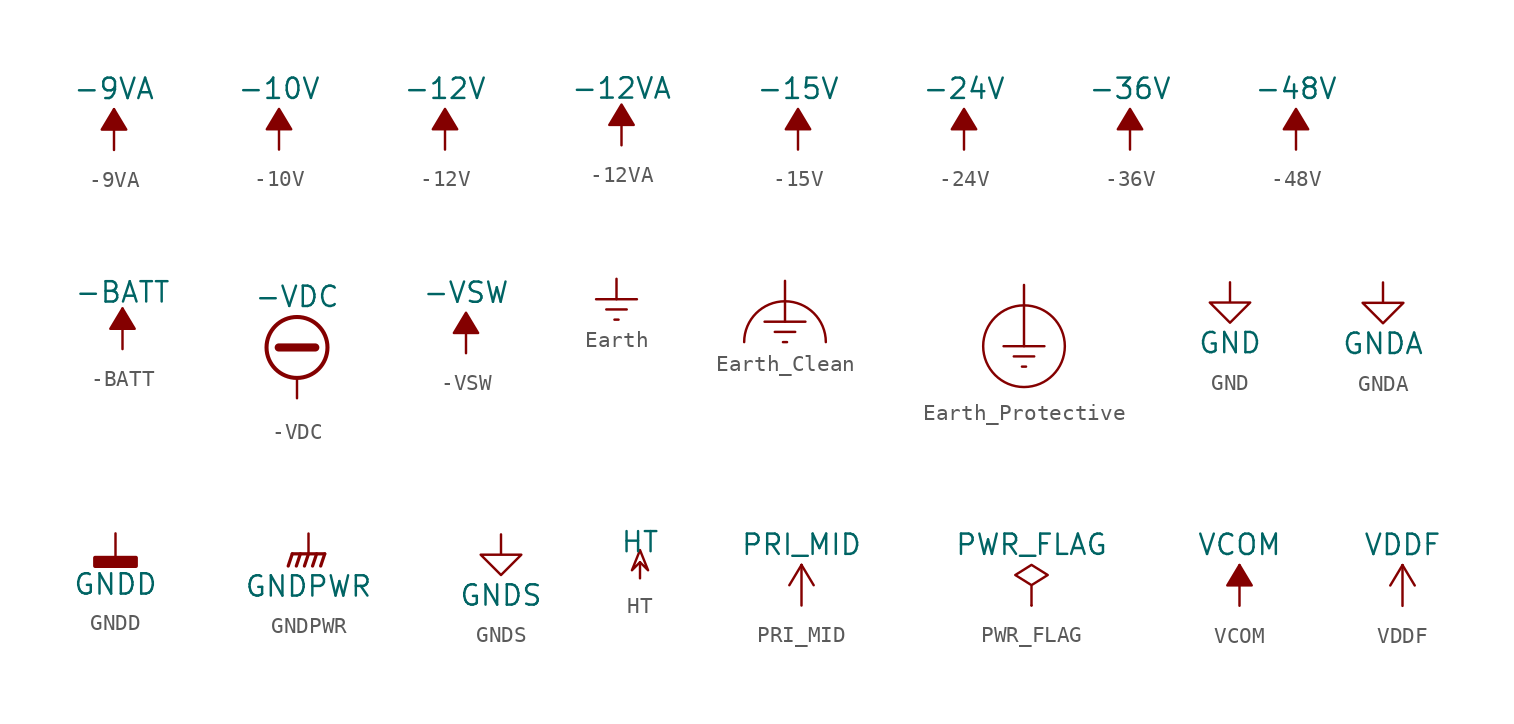
<source format=kicad_sym>
(kicad_symbol_lib
  (version 20211014)
  (generator kicad_symbol_editor)
  (symbol "power1:-9VA"
    (power)
    (pin_names
      (offset 0))
    (property "Reference" "#PWR"
      (at 0 -3.175 0)
      (effects (font (size 1.27 1.27)) hide))
    (property "Value" "-9VA"
      (at 0 3.81 0)
      (effects (font (size 1.27 1.27))))
    (symbol "-9VA_0_1"
      (polyline (pts (xy 0 0) (xy 0 2.54)) (stroke (width 0) (type default) (color 0 0 0 0)) (fill (type none)))
      (polyline (pts (xy 0.762 1.27) (xy -0.762 1.27) (xy 0 2.54) (xy 0.762 1.27)) (stroke (width 0) (type default) (color 0 0 0 0)) (fill (type outline))))
    (symbol "-9VA_1_1"
      (pin power_in line (at 0 0 90) (length 0) hide (name "-9VA" (effects (font (size 1.27 1.27)))) (number "1" (effects (font (size 1.27 1.27)))))))
  (symbol "power1:-10V"
    (power)
    (pin_names
      (offset 0))
    (property "Reference" "#PWR"
      (at 0 2.54 0)
      (effects (font (size 1.27 1.27)) hide))
    (property "Value" "-10V"
      (at 0 3.81 0)
      (effects (font (size 1.27 1.27))))
    (symbol "-10V_0_0"
      (pin power_in line (at 0 0 90) (length 0) hide (name "-10V" (effects (font (size 1.27 1.27)))) (number "1" (effects (font (size 1.27 1.27))))))
    (symbol "-10V_0_1"
      (polyline (pts (xy 0 0) (xy 0 1.27) (xy 0.762 1.27) (xy 0 2.54) (xy -0.762 1.27) (xy 0 1.27)) (stroke (width 0) (type default) (color 0 0 0 0)) (fill (type outline)))))
  (symbol "power1:-12V"
    (power)
    (pin_names
      (offset 0))
    (property "Reference" "#PWR"
      (at 0 2.54 0)
      (effects (font (size 1.27 1.27)) hide))
    (property "Value" "-12V"
      (at 0 3.81 0)
      (effects (font (size 1.27 1.27))))
    (symbol "-12V_0_0"
      (pin power_in line (at 0 0 90) (length 0) hide (name "-12V" (effects (font (size 1.27 1.27)))) (number "1" (effects (font (size 1.27 1.27))))))
    (symbol "-12V_0_1"
      (polyline (pts (xy 0 0) (xy 0 1.27) (xy 0.762 1.27) (xy 0 2.54) (xy -0.762 1.27) (xy 0 1.27)) (stroke (width 0) (type default) (color 0 0 0 0)) (fill (type outline)))))
  (symbol "power1:-12VA"
    (power)
    (pin_names
      (offset 0))
    (property "Reference" "#PWR"
      (at 0 -3.81 0)
      (effects (font (size 1.27 1.27)) hide))
    (property "Value" "-12VA"
      (at 0 3.556 0)
      (effects (font (size 1.27 1.27))))
    (symbol "-12VA_0_0"
      (pin power_in line (at 0 0 90) (length 0) hide (name "-12VA" (effects (font (size 1.27 1.27)))) (number "1" (effects (font (size 1.27 1.27))))))
    (symbol "-12VA_0_1"
      (polyline (pts (xy 0 0) (xy 0 1.27) (xy 0.762 1.27) (xy 0 2.54) (xy -0.762 1.27) (xy 0 1.27)) (stroke (width 0) (type default) (color 0 0 0 0)) (fill (type outline)))))
  (symbol "power1:-15V"
    (power)
    (pin_names
      (offset 0))
    (property "Reference" "#PWR"
      (at 0 2.54 0)
      (effects (font (size 1.27 1.27)) hide))
    (property "Value" "-15V"
      (at 0 3.81 0)
      (effects (font (size 1.27 1.27))))
    (symbol "-15V_0_0"
      (pin power_in line (at 0 0 90) (length 0) hide (name "-15V" (effects (font (size 1.27 1.27)))) (number "1" (effects (font (size 1.27 1.27))))))
    (symbol "-15V_0_1"
      (polyline (pts (xy 0 0) (xy 0 1.27) (xy 0.762 1.27) (xy 0 2.54) (xy -0.762 1.27) (xy 0 1.27)) (stroke (width 0) (type default) (color 0 0 0 0)) (fill (type outline)))))
  (symbol "power1:-24V"
    (power)
    (pin_names
      (offset 0))
    (property "Reference" "#PWR"
      (at 0 2.54 0)
      (effects (font (size 1.27 1.27)) hide))
    (property "Value" "-24V"
      (at 0 3.81 0)
      (effects (font (size 1.27 1.27))))
    (symbol "-24V_0_0"
      (pin power_in line (at 0 0 90) (length 0) hide (name "-24V" (effects (font (size 1.27 1.27)))) (number "1" (effects (font (size 1.27 1.27))))))
    (symbol "-24V_0_1"
      (polyline (pts (xy 0 0) (xy 0 1.27) (xy 0.762 1.27) (xy 0 2.54) (xy -0.762 1.27) (xy 0 1.27)) (stroke (width 0) (type default) (color 0 0 0 0)) (fill (type outline)))))
  (symbol "power1:-36V"
    (power)
    (pin_names
      (offset 0))
    (property "Reference" "#PWR"
      (at 0 2.54 0)
      (effects (font (size 1.27 1.27)) hide))
    (property "Value" "-36V"
      (at 0 3.81 0)
      (effects (font (size 1.27 1.27))))
    (symbol "-36V_0_0"
      (pin power_in line (at 0 0 90) (length 0) hide (name "-36V" (effects (font (size 1.27 1.27)))) (number "1" (effects (font (size 1.27 1.27))))))
    (symbol "-36V_0_1"
      (polyline (pts (xy 0 0) (xy 0 1.27) (xy 0.762 1.27) (xy 0 2.54) (xy -0.762 1.27) (xy 0 1.27)) (stroke (width 0) (type default) (color 0 0 0 0)) (fill (type outline)))))
  (symbol "power1:-48V"
    (power)
    (pin_names
      (offset 0))
    (property "Reference" "#PWR"
      (at 0 2.54 0)
      (effects (font (size 1.27 1.27)) hide))
    (property "Value" "-48V"
      (at 0 3.81 0)
      (effects (font (size 1.27 1.27))))
    (symbol "-48V_0_0"
      (pin power_in line (at 0 0 90) (length 0) hide (name "-48V" (effects (font (size 1.27 1.27)))) (number "1" (effects (font (size 1.27 1.27))))))
    (symbol "-48V_0_1"
      (polyline (pts (xy 0 0) (xy 0 1.27) (xy 0.762 1.27) (xy 0 2.54) (xy -0.762 1.27) (xy 0 1.27)) (stroke (width 0) (type default) (color 0 0 0 0)) (fill (type outline)))))
  (symbol "power1:-BATT"
    (power)
    (pin_names
      (offset 0))
    (property "Reference" "#PWR"
      (at 0 -3.81 0)
      (effects (font (size 1.27 1.27)) hide))
    (property "Value" "-BATT"
      (at 0 3.556 0)
      (effects (font (size 1.27 1.27))))
    (symbol "-BATT_0_1"
      (polyline (pts (xy 0 0) (xy 0 2.54)) (stroke (width 0) (type default) (color 0 0 0 0)) (fill (type none)))
      (polyline (pts (xy 0.762 1.27) (xy -0.762 1.27) (xy 0 2.54) (xy 0.762 1.27)) (stroke (width 0) (type default) (color 0 0 0 0)) (fill (type outline))))
    (symbol "-BATT_1_1"
      (pin power_in line (at 0 0 90) (length 0) hide (name "-BATT" (effects (font (size 1.27 1.27)))) (number "1" (effects (font (size 1.27 1.27)))))))
  (symbol "power1:-VDC"
    (power)
    (pin_names
      (offset 0))
    (property "Reference" "#PWR"
      (at 0 -2.54 0)
      (effects (font (size 1.27 1.27)) hide))
    (property "Value" "-VDC"
      (at 0 6.35 0)
      (effects (font (size 1.27 1.27))))
    (symbol "-VDC_0_1"
      (polyline (pts (xy -1.143 3.175) (xy 1.143 3.175)) (stroke (width 0.508) (type default) (color 0 0 0 0)) (fill (type none)))
      (polyline (pts (xy 0 0) (xy 0 1.27)) (stroke (width 0) (type default) (color 0 0 0 0)) (fill (type none)))
      (circle (center 0 3.175) (radius 1.905) (stroke (width 0.254) (type default) (color 0 0 0 0)) (fill (type none))))
    (symbol "-VDC_1_1"
      (pin power_in line (at 0 0 90) (length 0) hide (name "-VDC" (effects (font (size 1.27 1.27)))) (number "1" (effects (font (size 1.27 1.27)))))))
  (symbol "power1:-VSW"
    (power)
    (pin_names
      (offset 0))
    (property "Reference" "#PWR"
      (at 0 2.54 0)
      (effects (font (size 1.27 1.27)) hide))
    (property "Value" "-VSW"
      (at 0 3.81 0)
      (effects (font (size 1.27 1.27))))
    (symbol "-VSW_0_0"
      (pin power_in line (at 0 0 90) (length 0) hide (name "-VSW" (effects (font (size 1.27 1.27)))) (number "1" (effects (font (size 1.27 1.27))))))
    (symbol "-VSW_0_1"
      (polyline (pts (xy 0 0) (xy 0 1.27) (xy 0.762 1.27) (xy 0 2.54) (xy -0.762 1.27) (xy 0 1.27)) (stroke (width 0) (type default) (color 0 0 0 0)) (fill (type outline)))))
  (symbol "power1:Earth"
    (power)
    (pin_names
      (offset 0))
    (property "Reference" "#PWR"
      (at 0 -6.35 0)
      (effects (font (size 1.27 1.27)) hide))
    (symbol "Earth_0_1"
      (polyline (pts (xy -0.635 -1.905) (xy 0.635 -1.905)) (stroke (width 0) (type default) (color 0 0 0 0)) (fill (type none)))
      (polyline (pts (xy -0.127 -2.54) (xy 0.127 -2.54)) (stroke (width 0) (type default) (color 0 0 0 0)) (fill (type none)))
      (polyline (pts (xy 0 -1.27) (xy 0 0)) (stroke (width 0) (type default) (color 0 0 0 0)) (fill (type none)))
      (polyline (pts (xy 1.27 -1.27) (xy -1.27 -1.27)) (stroke (width 0) (type default) (color 0 0 0 0)) (fill (type none))))
    (symbol "Earth_1_1"
      (pin power_in line (at 0 0 270) (length 0) hide (name "Earth" (effects (font (size 1.27 1.27)))) (number "1" (effects (font (size 1.27 1.27)))))))
  (symbol "power1:Earth_Clean"
    (power)
    (pin_names
      (offset 0))
    (property "Reference" "#PWR"
      (at 6.35 0 0)
      (effects (font (size 1.27 1.27)) hide))
    (symbol "Earth_Clean_0_1"
      (polyline (pts (xy -0.635 -3.175) (xy 0.635 -3.175)) (stroke (width 0) (type default) (color 0 0 0 0)) (fill (type none)))
      (polyline (pts (xy -0.127 -3.81) (xy 0.127 -3.81)) (stroke (width 0) (type default) (color 0 0 0 0)) (fill (type none)))
      (polyline (pts (xy 0 -2.54) (xy 0 0)) (stroke (width 0) (type default) (color 0 0 0 0)) (fill (type none)))
      (polyline (pts (xy 1.27 -2.54) (xy -1.27 -2.54)) (stroke (width 0) (type default) (color 0 0 0 0)) (fill (type none)))
      (arc (start 2.54 -3.81) (mid 0 -1.27) (end -2.54 -3.81) (stroke (width 0) (type default) (color 0 0 0 0)) (fill (type none))))
    (symbol "Earth_Clean_1_1"
      (pin power_in line (at 0 0 270) (length 0) hide (name "Earth_Clean" (effects (font (size 1.27 1.27)))) (number "1" (effects (font (size 1.27 1.27)))))))
  (symbol "power1:Earth_Protective"
    (power)
    (pin_names
      (offset 0))
    (property "Reference" "#PWR"
      (at 6.35 -6.35 0)
      (effects (font (size 1.27 1.27)) hide))
    (symbol "Earth_Protective_0_1"
      (circle (center 0 -3.81) (radius 2.54) (stroke (width 0) (type default) (color 0 0 0 0)) (fill (type none)))
      (polyline (pts (xy -0.635 -4.445) (xy 0.635 -4.445)) (stroke (width 0) (type default) (color 0 0 0 0)) (fill (type none)))
      (polyline (pts (xy -0.127 -5.08) (xy 0.127 -5.08)) (stroke (width 0) (type default) (color 0 0 0 0)) (fill (type none)))
      (polyline (pts (xy 0 -3.81) (xy 0 0)) (stroke (width 0) (type default) (color 0 0 0 0)) (fill (type none)))
      (polyline (pts (xy 1.27 -3.81) (xy -1.27 -3.81)) (stroke (width 0) (type default) (color 0 0 0 0)) (fill (type none))))
    (symbol "Earth_Protective_1_1"
      (pin power_in line (at 0 0 270) (length 0) hide (name "Earth_Protective" (effects (font (size 1.27 1.27)))) (number "1" (effects (font (size 1.27 1.27)))))))
  (symbol "power1:GND"
    (power)
    (pin_names
      (offset 0))
    (property "Reference" "#PWR"
      (at 0 -6.35 0)
      (effects (font (size 1.27 1.27)) hide))
    (property "Value" "GND"
      (at 0 -3.81 0)
      (effects (font (size 1.27 1.27))))
    (symbol "GND_0_1"
      (polyline (pts (xy 0 0) (xy 0 -1.27) (xy 1.27 -1.27) (xy 0 -2.54) (xy -1.27 -1.27) (xy 0 -1.27)) (stroke (width 0) (type default) (color 0 0 0 0)) (fill (type none))))
    (symbol "GND_1_1"
      (pin power_in line (at 0 0 270) (length 0) hide (name "GND" (effects (font (size 1.27 1.27)))) (number "1" (effects (font (size 1.27 1.27)))) (alternate "GND-OUT" power_out line))))
  (symbol "power1:GNDA"
    (power)
    (pin_names
      (offset 0))
    (property "Reference" "#PWR"
      (at 0 -6.35 0)
      (effects (font (size 1.27 1.27)) hide))
    (property "Value" "GNDA"
      (at 0 -3.81 0)
      (effects (font (size 1.27 1.27))))
    (symbol "GNDA_0_1"
      (polyline (pts (xy 0 0) (xy 0 -1.27) (xy 1.27 -1.27) (xy 0 -2.54) (xy -1.27 -1.27) (xy 0 -1.27)) (stroke (width 0) (type default) (color 0 0 0 0)) (fill (type none))))
    (symbol "GNDA_1_1"
      (pin power_in line (at 0 0 270) (length 0) hide (name "GNDA" (effects (font (size 1.27 1.27)))) (number "1" (effects (font (size 1.27 1.27)))))))
  (symbol "power1:GNDD"
    (power)
    (pin_names
      (offset 0))
    (property "Reference" "#PWR"
      (at 0 -6.35 0)
      (effects (font (size 1.27 1.27)) hide))
    (property "Value" "GNDD"
      (at 0 -3.175 0)
      (effects (font (size 1.27 1.27))))
    (symbol "GNDD_0_1"
      (rectangle (start -1.27 -1.524) (end 1.27 -2.032) (stroke (width 0.254) (type default) (color 0 0 0 0)) (fill (type outline)))
      (polyline (pts (xy 0 0) (xy 0 -1.524)) (stroke (width 0) (type default) (color 0 0 0 0)) (fill (type none))))
    (symbol "GNDD_1_1"
      (pin power_in line (at 0 0 270) (length 0) hide (name "GNDD" (effects (font (size 1.27 1.27)))) (number "1" (effects (font (size 1.27 1.27)))))))
  (symbol "power1:GNDPWR"
    (power)
    (pin_names
      (offset 0))
    (property "Reference" "#PWR"
      (at 0 -5.08 0)
      (effects (font (size 1.27 1.27)) hide))
    (property "Value" "GNDPWR"
      (at 0 -3.302 0)
      (effects (font (size 1.27 1.27))))
    (symbol "GNDPWR_0_1"
      (polyline (pts (xy 0 -1.27) (xy 0 0)) (stroke (width 0) (type default) (color 0 0 0 0)) (fill (type none)))
      (polyline (pts (xy -1.016 -1.27) (xy -1.27 -2.032) (xy -1.27 -2.032)) (stroke (width 0.203) (type default) (color 0 0 0 0)) (fill (type none)))
      (polyline (pts (xy -0.508 -1.27) (xy -0.762 -2.032) (xy -0.762 -2.032)) (stroke (width 0.203) (type default) (color 0 0 0 0)) (fill (type none)))
      (polyline (pts (xy 0 -1.27) (xy -0.254 -2.032) (xy -0.254 -2.032)) (stroke (width 0.203) (type default) (color 0 0 0 0)) (fill (type none)))
      (polyline (pts (xy 0.508 -1.27) (xy 0.254 -2.032) (xy 0.254 -2.032)) (stroke (width 0.203) (type default) (color 0 0 0 0)) (fill (type none)))
      (polyline (pts (xy 1.016 -1.27) (xy -1.016 -1.27) (xy -1.016 -1.27)) (stroke (width 0.203) (type default) (color 0 0 0 0)) (fill (type none)))
      (polyline (pts (xy 1.016 -1.27) (xy 0.762 -2.032) (xy 0.762 -2.032) (xy 0.762 -2.032)) (stroke (width 0.203) (type default) (color 0 0 0 0)) (fill (type none))))
    (symbol "GNDPWR_1_1"
      (pin power_in line (at 0 0 270) (length 0) hide (name "GNDPWR" (effects (font (size 1.27 1.27)))) (number "1" (effects (font (size 1.27 1.27)))))))
  (symbol "power1:GNDS"
    (power)
    (pin_names
      (offset 0))
    (property "Reference" "#PWR"
      (at 0 -6.35 0)
      (effects (font (size 1.27 1.27)) hide))
    (property "Value" "GNDS"
      (at 0 -3.81 0)
      (effects (font (size 1.27 1.27))))
    (symbol "GNDS_0_1"
      (polyline (pts (xy 0 0) (xy 0 -1.27) (xy 1.27 -1.27) (xy 0 -2.54) (xy -1.27 -1.27) (xy 0 -1.27)) (stroke (width 0) (type default) (color 0 0 0 0)) (fill (type none))))
    (symbol "GNDS_1_1"
      (pin power_in line (at 0 0 270) (length 0) hide (name "GNDS" (effects (font (size 1.27 1.27)))) (number "1" (effects (font (size 1.27 1.27)))))))
  (symbol "power1:HT"
    (power)
    (pin_names
      (offset 0))
    (property "Reference" "#PWR"
      (at 0 3.048 0)
      (effects (font (size 1.27 1.27)) hide))
    (property "Value" "HT"
      (at 0 2.286 0)
      (effects (font (size 1.27 1.27))))
    (symbol "HT_0_0"
      (pin power_in line (at 0 0 90) (length 0) hide (name "HT" (effects (font (size 1.27 1.27)))) (number "1" (effects (font (size 1.27 1.27))))))
    (symbol "HT_0_1"
      (polyline (pts (xy 0 0) (xy 0 1.016) (xy 0 1.016)) (stroke (width 0) (type default) (color 0 0 0 0)) (fill (type none)))
      (polyline (pts (xy 0 1.016) (xy 0.508 0.508) (xy 0 1.778) (xy -0.508 0.508) (xy 0 1.016) (xy 0 1.016)) (stroke (width 0) (type default) (color 0 0 0 0)) (fill (type none)))))
  (symbol "power1:PRI_MID"
    (power)
    (pin_names
      (offset 0))
    (property "Reference" "#PWR"
      (at 0 -3.81 0)
      (effects (font (size 1.27 1.27)) hide))
    (property "Value" "PRI_MID"
      (at 0 3.81 0)
      (effects (font (size 1.27 1.27))))
    (symbol "PRI_MID_0_1"
      (polyline (pts (xy -0.762 1.27) (xy 0 2.54)) (stroke (width 0) (type default) (color 0 0 0 0)) (fill (type none)))
      (polyline (pts (xy 0 0) (xy 0 2.54)) (stroke (width 0) (type default) (color 0 0 0 0)) (fill (type none)))
      (polyline (pts (xy 0 2.54) (xy 0.762 1.27)) (stroke (width 0) (type default) (color 0 0 0 0)) (fill (type none))))
    (symbol "PRI_MID_1_1"
      (pin power_in line (at 0 0 90) (length 0) hide (name "PRI_MID" (effects (font (size 1.27 1.27)))) (number "1" (effects (font (size 1.27 1.27)))))))
  (symbol "power1:PWR_FLAG"
    (power)
    (pin_numbers hide)
    (pin_names
      (offset 0) hide)
    (property "Reference" "#FLG"
      (at 0 1.905 0)
      (effects (font (size 1.27 1.27)) hide))
    (property "Value" "PWR_FLAG"
      (at 0 3.81 0)
      (effects (font (size 1.27 1.27))))
    (symbol "PWR_FLAG_0_0"
      (pin power_out line (at 0 0 90) (length 0) (name "pwr" (effects (font (size 1.27 1.27)))) (number "1" (effects (font (size 1.27 1.27))))))
    (symbol "PWR_FLAG_0_1"
      (polyline (pts (xy 0 0) (xy 0 1.27) (xy -1.016 1.905) (xy 0 2.54) (xy 1.016 1.905) (xy 0 1.27)) (stroke (width 0) (type default) (color 0 0 0 0)) (fill (type none)))))
  (symbol "power1:VCOM"
    (power)
    (pin_names
      (offset 0))
    (property "Reference" "#PWR"
      (at 0 -3.81 0)
      (effects (font (size 1.27 1.27)) hide))
    (property "Value" "VCOM"
      (at 0 3.81 0)
      (effects (font (size 1.27 1.27))))
    (symbol "VCOM_0_1"
      (polyline (pts (xy 0 0) (xy 0 2.54)) (stroke (width 0) (type default) (color 0 0 0 0)) (fill (type none)))
      (polyline (pts (xy 0.762 1.27) (xy -0.762 1.27) (xy 0 2.54) (xy 0.762 1.27)) (stroke (width 0) (type default) (color 0 0 0 0)) (fill (type outline))))
    (symbol "VCOM_1_1"
      (pin power_in line (at 0 0 90) (length 0) hide (name "VCOM" (effects (font (size 1.27 1.27)))) (number "1" (effects (font (size 1.27 1.27)))))))
  (symbol "power1:VDDF"
    (power)
    (pin_names
      (offset 0))
    (property "Reference" "#PWR"
      (at 0 -3.81 0)
      (effects (font (size 1.27 1.27)) hide))
    (property "Value" "VDDF"
      (at 0 3.81 0)
      (effects (font (size 1.27 1.27))))
    (symbol "VDDF_0_1"
      (polyline (pts (xy -0.762 1.27) (xy 0 2.54)) (stroke (width 0) (type default) (color 0 0 0 0)) (fill (type none)))
      (polyline (pts (xy 0 0) (xy 0 2.54)) (stroke (width 0) (type default) (color 0 0 0 0)) (fill (type none)))
      (polyline (pts (xy 0 2.54) (xy 0.762 1.27)) (stroke (width 0) (type default) (color 0 0 0 0)) (fill (type none))))
    (symbol "VDDF_1_1"
      (pin power_in line (at 0 0 90) (length 0) hide (name "VDDF" (effects (font (size 1.27 1.27)))) (number "1" (effects (font (size 1.27 1.27))))))))
</source>
